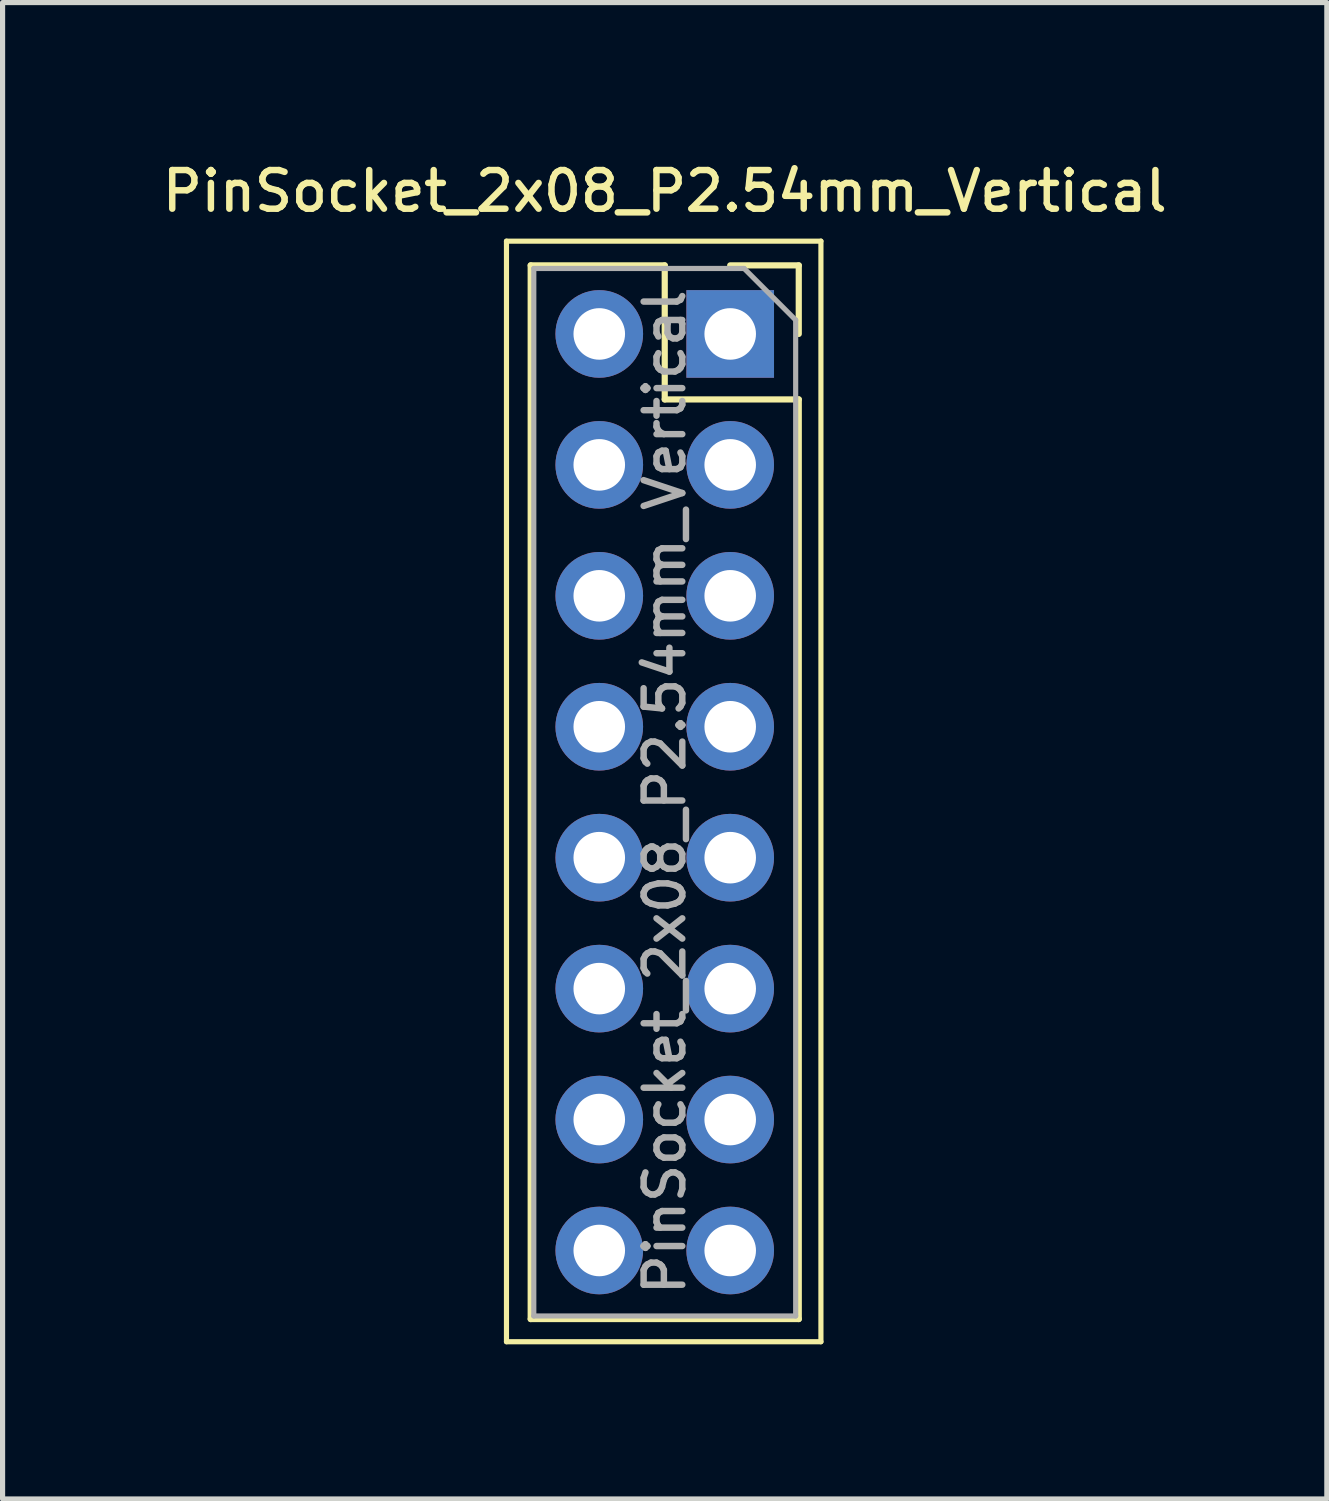
<source format=kicad_pcb>
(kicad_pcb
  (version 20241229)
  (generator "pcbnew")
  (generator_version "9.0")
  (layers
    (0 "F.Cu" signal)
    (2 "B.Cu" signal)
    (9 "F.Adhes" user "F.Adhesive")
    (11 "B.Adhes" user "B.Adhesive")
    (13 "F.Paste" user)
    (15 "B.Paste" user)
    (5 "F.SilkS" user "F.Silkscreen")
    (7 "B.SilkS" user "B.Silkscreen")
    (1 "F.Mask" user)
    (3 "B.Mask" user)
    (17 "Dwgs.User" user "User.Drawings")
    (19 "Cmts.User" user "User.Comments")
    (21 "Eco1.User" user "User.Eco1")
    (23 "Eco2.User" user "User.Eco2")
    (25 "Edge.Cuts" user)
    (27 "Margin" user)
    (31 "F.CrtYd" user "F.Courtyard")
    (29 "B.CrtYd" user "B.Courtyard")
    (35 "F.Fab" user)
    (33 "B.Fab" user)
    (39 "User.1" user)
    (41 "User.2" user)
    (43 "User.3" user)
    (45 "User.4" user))
  (footprint "PinSocket_2x08_P2.54mm_Vertical"
    (layer "F.Cu")
    (at 11.115 3.428)
    (property "Reference" "PinSocket_2x08_P2.54mm_Vertical" (at -1.27 -2.77 0) (layer "F.SilkS") (effects (font (size 0.75 0.75) (thickness 0.125))))
    (attr through_hole)
    (fp_line (start -4.34 -1.8) (end 1.76 -1.8) (stroke (width 0.1) (type solid)) (layer "F.SilkS"))
    (fp_line (start -4.34 19.55) (end -4.34 -1.8) (stroke (width 0.1) (type solid)) (layer "F.SilkS"))
    (fp_line (start -3.87 -1.33) (end -3.87 19.11) (stroke (width 0.12) (type solid)) (layer "F.SilkS"))
    (fp_line (start -3.87 -1.33) (end -1.27 -1.33) (stroke (width 0.12) (type solid)) (layer "F.SilkS"))
    (fp_line (start -3.87 19.11) (end 1.33 19.11) (stroke (width 0.12) (type solid)) (layer "F.SilkS"))
    (fp_line (start -1.27 -1.33) (end -1.27 1.27) (stroke (width 0.12) (type solid)) (layer "F.SilkS"))
    (fp_line (start -1.27 1.27) (end 1.33 1.27) (stroke (width 0.12) (type solid)) (layer "F.SilkS"))
    (fp_line (start 0 -1.33) (end 1.33 -1.33) (stroke (width 0.12) (type solid)) (layer "F.SilkS"))
    (fp_line (start 1.33 -1.33) (end 1.33 0) (stroke (width 0.12) (type solid)) (layer "F.SilkS"))
    (fp_line (start 1.33 1.27) (end 1.33 19.11) (stroke (width 0.12) (type solid)) (layer "F.SilkS"))
    (fp_line (start 1.76 -1.8) (end 1.76 19.55) (stroke (width 0.1) (type solid)) (layer "F.SilkS"))
    (fp_line (start 1.76 19.55) (end -4.34 19.55) (stroke (width 0.1) (type solid)) (layer "F.SilkS"))
    (fp_line (start -3.81 -1.27) (end 0.27 -1.27) (stroke (width 0.1) (type solid)) (layer "F.Fab"))
    (fp_line (start -3.81 19.05) (end -3.81 -1.27) (stroke (width 0.1) (type solid)) (layer "F.Fab"))
    (fp_line (start 0.27 -1.27) (end 1.27 -0.27) (stroke (width 0.1) (type solid)) (layer "F.Fab"))
    (fp_line (start 1.27 -0.27) (end 1.27 19.05) (stroke (width 0.1) (type solid)) (layer "F.Fab"))
    (fp_line (start 1.27 19.05) (end -3.81 19.05) (stroke (width 0.1) (type solid)) (layer "F.Fab"))
    (fp_text user "${REFERENCE}" (at -1.27 8.89 90) (layer "F.Fab") (effects (font (size 0.75 0.75) (thickness 0.125))))
    (pad "1" thru_hole rect (at 0 0) (size 1.7 1.7) (drill 1) (layers "*.Cu" "*.Mask"))
    (pad "2" thru_hole oval (at -2.54 0) (size 1.7 1.7) (drill 1) (layers "*.Cu" "*.Mask"))
    (pad "3" thru_hole oval (at 0 2.54) (size 1.7 1.7) (drill 1) (layers "*.Cu" "*.Mask"))
    (pad "4" thru_hole oval (at -2.54 2.54) (size 1.7 1.7) (drill 1) (layers "*.Cu" "*.Mask"))
    (pad "5" thru_hole oval (at 0 5.08) (size 1.7 1.7) (drill 1) (layers "*.Cu" "*.Mask"))
    (pad "6" thru_hole oval (at -2.54 5.08) (size 1.7 1.7) (drill 1) (layers "*.Cu" "*.Mask"))
    (pad "7" thru_hole oval (at 0 7.62) (size 1.7 1.7) (drill 1) (layers "*.Cu" "*.Mask"))
    (pad "8" thru_hole oval (at -2.54 7.62) (size 1.7 1.7) (drill 1) (layers "*.Cu" "*.Mask"))
    (pad "9" thru_hole oval (at 0 10.16) (size 1.7 1.7) (drill 1) (layers "*.Cu" "*.Mask"))
    (pad "10" thru_hole oval (at -2.54 10.16) (size 1.7 1.7) (drill 1) (layers "*.Cu" "*.Mask"))
    (pad "11" thru_hole oval (at 0 12.7) (size 1.7 1.7) (drill 1) (layers "*.Cu" "*.Mask"))
    (pad "12" thru_hole oval (at -2.54 12.7) (size 1.7 1.7) (drill 1) (layers "*.Cu" "*.Mask"))
    (pad "13" thru_hole oval (at 0 15.24) (size 1.7 1.7) (drill 1) (layers "*.Cu" "*.Mask"))
    (pad "14" thru_hole oval (at -2.54 15.24) (size 1.7 1.7) (drill 1) (layers "*.Cu" "*.Mask"))
    (pad "15" thru_hole oval (at 0 17.78) (size 1.7 1.7) (drill 1) (layers "*.Cu" "*.Mask"))
    (pad "16" thru_hole oval (at -2.54 17.78) (size 1.7 1.7) (drill 1) (layers "*.Cu" "*.Mask")))
  (gr_rect
    (start -3 -3)
    (end 22.689 26.028)
    (stroke (width 0.1) (type default))
    (fill no)
    (layer "Edge.Cuts")))
</source>
